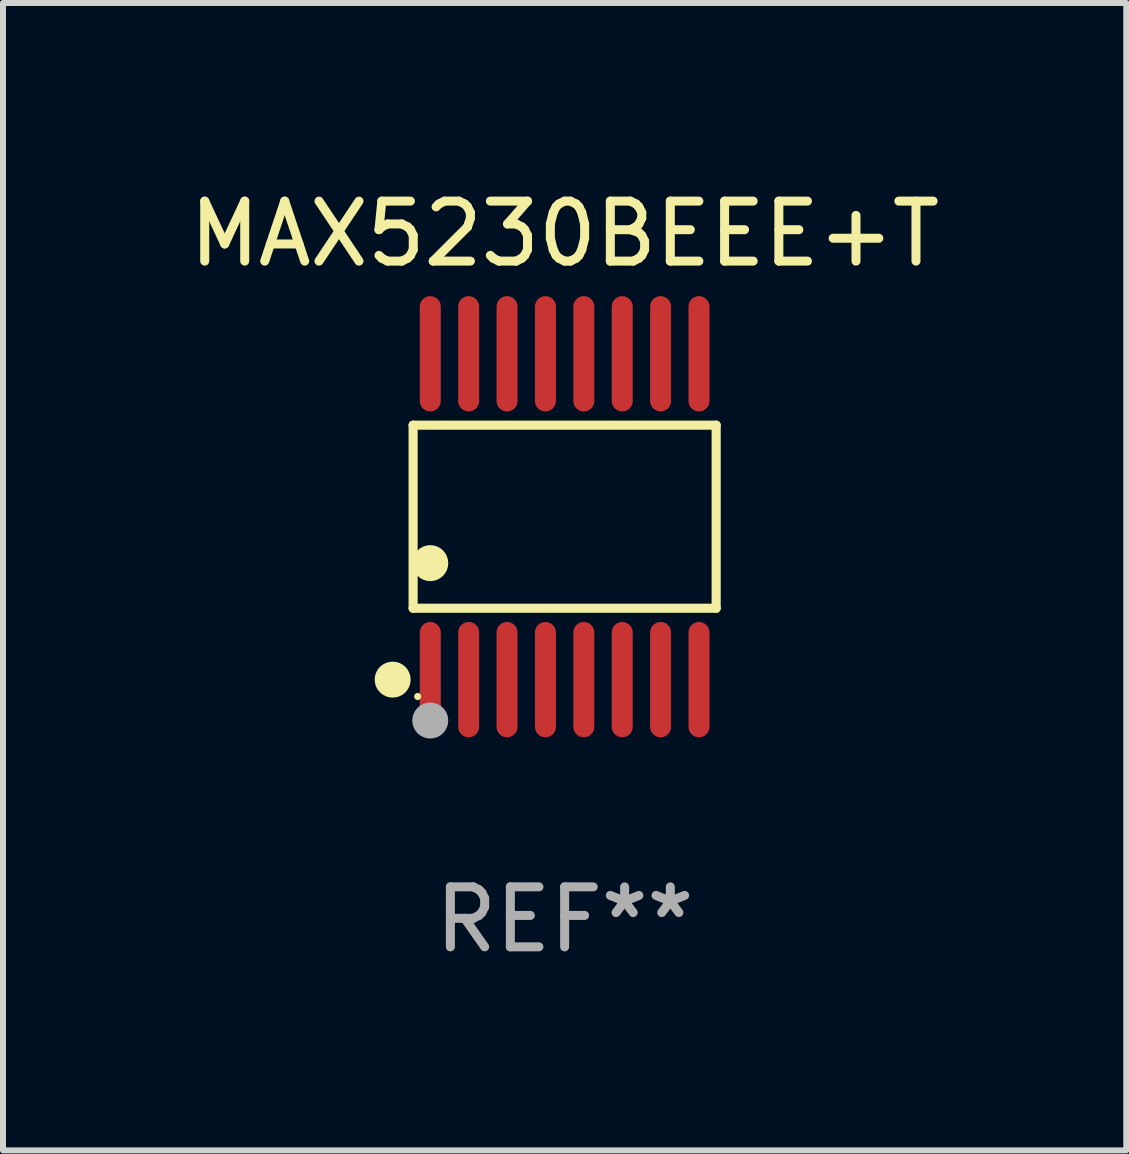
<source format=kicad_pcb>
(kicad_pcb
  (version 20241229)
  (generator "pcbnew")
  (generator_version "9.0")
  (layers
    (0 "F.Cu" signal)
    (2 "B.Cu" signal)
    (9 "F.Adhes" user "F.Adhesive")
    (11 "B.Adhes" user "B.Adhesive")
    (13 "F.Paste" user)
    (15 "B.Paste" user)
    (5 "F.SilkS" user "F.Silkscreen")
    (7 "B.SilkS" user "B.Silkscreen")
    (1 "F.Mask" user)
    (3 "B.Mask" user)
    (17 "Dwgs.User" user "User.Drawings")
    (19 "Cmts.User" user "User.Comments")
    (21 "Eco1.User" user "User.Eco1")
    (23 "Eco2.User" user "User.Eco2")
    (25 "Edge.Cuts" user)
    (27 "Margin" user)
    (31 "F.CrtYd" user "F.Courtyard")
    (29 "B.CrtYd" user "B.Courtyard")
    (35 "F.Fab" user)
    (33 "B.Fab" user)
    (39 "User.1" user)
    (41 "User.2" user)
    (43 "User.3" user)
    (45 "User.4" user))
  (footprint "MAX5230BEEE+T"
    (layer "F.Cu")
    (at 6.363 5.564)
    (property "Reference" "MAX5230BEEE+T" (at 0 -4.716 0) (layer "F.SilkS") (effects (font (size 1 1) (thickness 0.15))))
    (attr through_hole)
    (fp_line (start -2.526 -1.526) (end 2.526 -1.526) (stroke (width 0.152) (type solid)) (layer "F.SilkS"))
    (fp_line (start -2.526 1.526) (end -2.526 -1.526) (stroke (width 0.152) (type solid)) (layer "F.SilkS"))
    (fp_line (start 2.526 -1.526) (end 2.526 1.526) (stroke (width 0.152) (type solid)) (layer "F.SilkS"))
    (fp_line (start 2.526 1.526) (end -2.526 1.526) (stroke (width 0.152) (type solid)) (layer "F.SilkS"))
    (fp_circle (center -2.867 2.716) (end -2.717 2.716) (stroke (width 0.3) (type solid)) (fill no) (layer "F.SilkS"))
    (fp_circle (center -2.45 2.997) (end -2.42 2.997) (stroke (width 0.06) (type solid)) (fill no) (layer "F.SilkS"))
    (fp_circle (center -2.24 0.774) (end -2.09 0.774) (stroke (width 0.3) (type solid)) (fill no) (layer "F.SilkS"))
    (fp_circle (center -2.24 3.398) (end -2.09 3.398) (stroke (width 0.3) (type solid)) (fill no) (layer "F.Fab"))
    (fp_text user "REF**" (at 0 6.716 0) (layer "F.Fab") (effects (font (size 1 1) (thickness 0.15))))
    (pad "1" smd oval (at -2.24 2.716) (size 0.35 1.922) (layers "F.Cu" "F.Mask" "F.Paste"))
    (pad "2" smd oval (at -1.6 2.716) (size 0.35 1.922) (layers "F.Cu" "F.Mask" "F.Paste"))
    (pad "3" smd oval (at -0.96 2.716) (size 0.35 1.922) (layers "F.Cu" "F.Mask" "F.Paste"))
    (pad "4" smd oval (at -0.32 2.716) (size 0.35 1.922) (layers "F.Cu" "F.Mask" "F.Paste"))
    (pad "5" smd oval (at 0.32 2.716) (size 0.35 1.922) (layers "F.Cu" "F.Mask" "F.Paste"))
    (pad "6" smd oval (at 0.96 2.716) (size 0.35 1.922) (layers "F.Cu" "F.Mask" "F.Paste"))
    (pad "7" smd oval (at 1.6 2.716) (size 0.35 1.922) (layers "F.Cu" "F.Mask" "F.Paste"))
    (pad "8" smd oval (at 2.24 2.716) (size 0.35 1.922) (layers "F.Cu" "F.Mask" "F.Paste"))
    (pad "9" smd oval (at 2.24 -2.716) (size 0.35 1.922) (layers "F.Cu" "F.Mask" "F.Paste"))
    (pad "10" smd oval (at 1.6 -2.716) (size 0.35 1.922) (layers "F.Cu" "F.Mask" "F.Paste"))
    (pad "11" smd oval (at 0.96 -2.716) (size 0.35 1.922) (layers "F.Cu" "F.Mask" "F.Paste"))
    (pad "12" smd oval (at 0.32 -2.716) (size 0.35 1.922) (layers "F.Cu" "F.Mask" "F.Paste"))
    (pad "13" smd oval (at -0.32 -2.716) (size 0.35 1.922) (layers "F.Cu" "F.Mask" "F.Paste"))
    (pad "14" smd oval (at -0.96 -2.716) (size 0.35 1.922) (layers "F.Cu" "F.Mask" "F.Paste"))
    (pad "15" smd oval (at -1.6 -2.716) (size 0.35 1.922) (layers "F.Cu" "F.Mask" "F.Paste"))
    (pad "16" smd oval (at -2.24 -2.716) (size 0.35 1.922) (layers "F.Cu" "F.Mask" "F.Paste")))
  (gr_rect
    (start -3 -3)
    (end 15.726 16.128)
    (stroke (width 0.1) (type default))
    (fill no)
    (layer "Edge.Cuts")))
</source>
